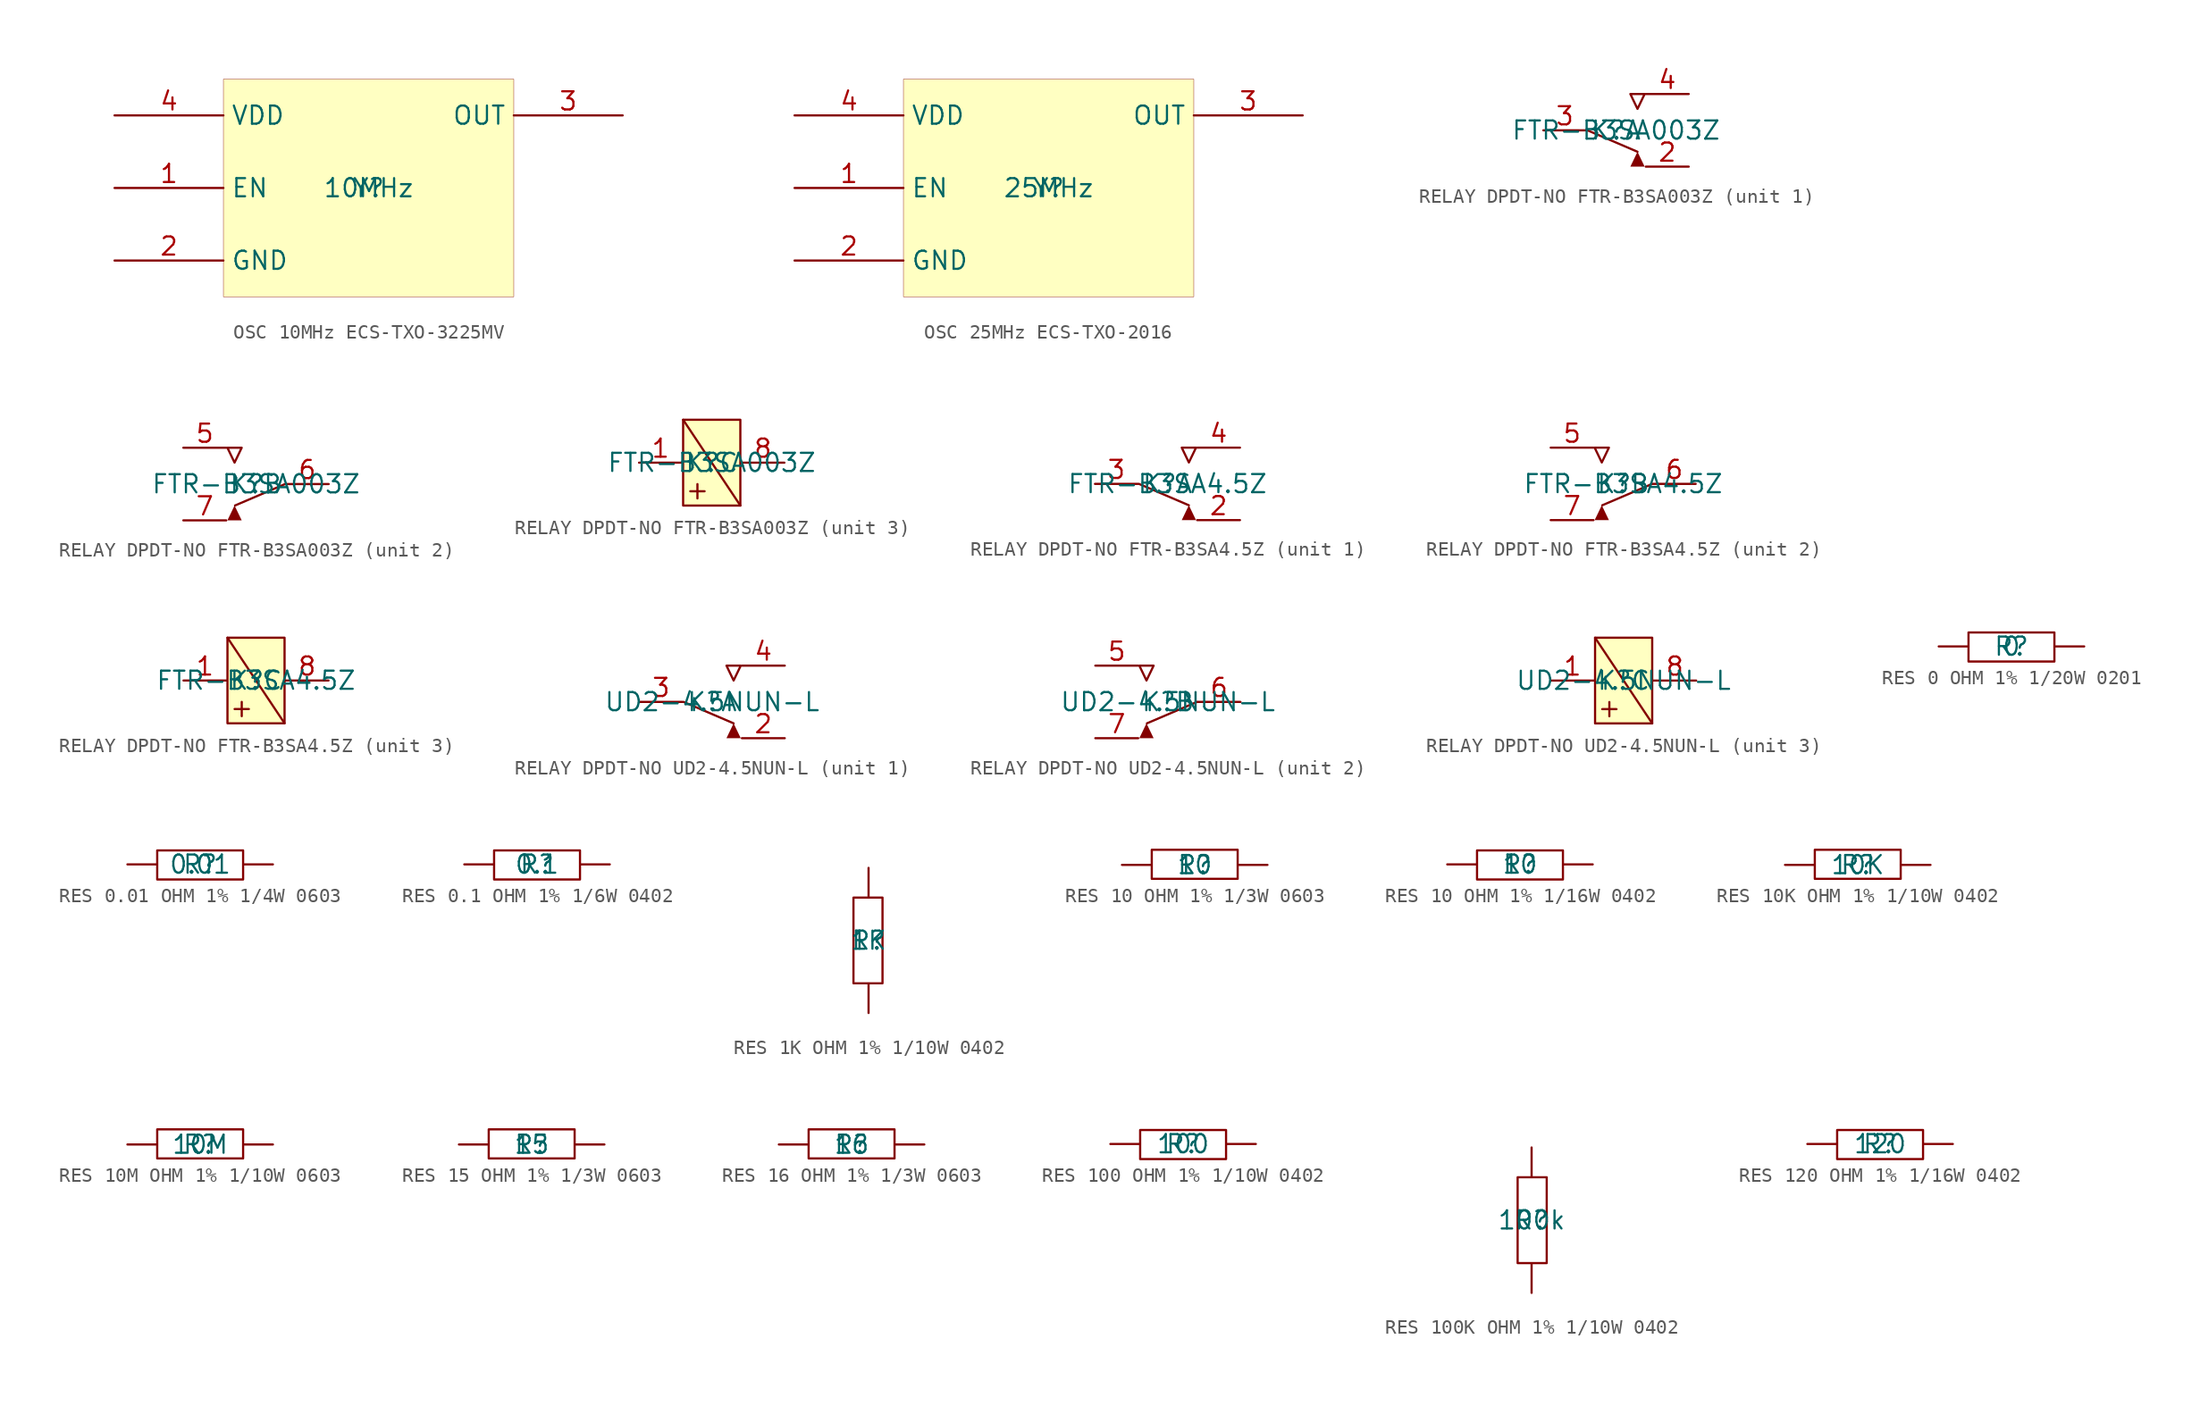
<source format=kicad_sym>
(kicad_symbol_lib
  (version 20241209)
  (generator "kicad_symbol_editor")
  (generator_version "9.0")
  (symbol "OSC 10MHz ECS-TXO-3225MV"
    (property "Reference" "Y"
      (at 0 0 0)
      (effects (font (size 1.27 1.27))))
    (property "Value" "10MHz"
      (at 0 0 0)
      (effects (font (size 1.27 1.27))))
    (symbol "OSC 10MHz ECS-TXO-3225MV_1_0"
      (rectangle (start 10.16 7.62) (end -10.16 -7.62) (stroke (width 0.025) (type solid) (color 128 0 0 1)) (fill (type background)))
      (pin power_in line (at -17.78 5.08 0) (length 7.62) (name "VDD" (effects (font (size 1.27 1.27)))) (number "4" (effects (font (size 1.27 1.27)))))
      (pin passive line (at -17.78 0 0) (length 7.62) (name "EN" (effects (font (size 1.27 1.27)))) (number "1" (effects (font (size 1.27 1.27)))))
      (pin power_in line (at -17.78 -5.08 0) (length 7.62) (name "GND" (effects (font (size 1.27 1.27)))) (number "2" (effects (font (size 1.27 1.27)))))
      (pin passive line (at 17.78 5.08 180) (length 7.62) (name "OUT" (effects (font (size 1.27 1.27)))) (number "3" (effects (font (size 1.27 1.27)))))))
  (symbol "OSC 25MHz ECS-TXO-2016"
    (property "Reference" "Y"
      (at 0 0 0)
      (effects (font (size 1.27 1.27))))
    (property "Value" "25MHz"
      (at 0 0 0)
      (effects (font (size 1.27 1.27))))
    (symbol "OSC 25MHz ECS-TXO-2016_1_0"
      (rectangle (start 10.16 7.62) (end -10.16 -7.62) (stroke (width 0.025) (type solid) (color 128 0 0 1)) (fill (type background)))
      (pin power_in line (at -17.78 5.08 0) (length 7.62) (name "VDD" (effects (font (size 1.27 1.27)))) (number "4" (effects (font (size 1.27 1.27)))))
      (pin passive line (at -17.78 0 0) (length 7.62) (name "EN" (effects (font (size 1.27 1.27)))) (number "1" (effects (font (size 1.27 1.27)))))
      (pin power_in line (at -17.78 -5.08 0) (length 7.62) (name "GND" (effects (font (size 1.27 1.27)))) (number "2" (effects (font (size 1.27 1.27)))))
      (pin passive line (at 17.78 5.08 180) (length 7.62) (name "OUT" (effects (font (size 1.27 1.27)))) (number "3" (effects (font (size 1.27 1.27)))))))
  (symbol "RELAY DPDT-NO FTR-B3SA003Z"
    (pin_names
      (hide yes))
    (property "Reference" "K"
      (at 0 0 0)
      (effects (font (size 1.27 1.27))))
    (property "Value" "FTR-B3SA003Z"
      (at 0 0 0)
      (effects (font (size 1.27 1.27))))
    (symbol "RELAY DPDT-NO FTR-B3SA003Z_1_0"
      (polyline (pts (xy -2 0) (xy 1.5 -1.5)) (stroke (width 0) (type solid)) (fill (type none)))
      (polyline (pts (xy 1 -2.54) (xy 2 -2.54) (xy 1.5 -1.5) (xy 1 -2.54)) (stroke (width -0.0001) (type solid)) (fill (type outline)))
      (polyline (pts (xy 1.5 1.5) (xy 1 2.54) (xy 2 2.54) (xy 1.5 1.5)) (stroke (width 0) (type solid)) (fill (type none)))
      (pin passive line (at -5.08 0 0) (length 3) (name "3" (effects (font (size 1.27 1.27)))) (number "3" (effects (font (size 1.27 1.27)))))
      (pin passive line (at 5.08 2.54 180) (length 3) (name "4" (effects (font (size 1.27 1.27)))) (number "4" (effects (font (size 1.27 1.27)))))
      (pin passive line (at 5.08 -2.54 180) (length 3) (name "2" (effects (font (size 1.27 1.27)))) (number "2" (effects (font (size 1.27 1.27))))))
    (symbol "RELAY DPDT-NO FTR-B3SA003Z_2_0"
      (polyline (pts (xy -1.5 -1.5) (xy -1 -2.54) (xy -2 -2.54) (xy -1.5 -1.5)) (stroke (width -0.0001) (type solid)) (fill (type outline)))
      (polyline (pts (xy -1.468 -1.5) (xy 2.032 0)) (stroke (width 0) (type solid)) (fill (type none)))
      (polyline (pts (xy -1 2.54) (xy -2 2.54) (xy -1.5 1.5) (xy -1 2.54)) (stroke (width 0) (type solid)) (fill (type none)))
      (pin passive line (at -5.08 2.54 0) (length 3) (name "5" (effects (font (size 1.27 1.27)))) (number "5" (effects (font (size 1.27 1.27)))))
      (pin passive line (at -5.08 -2.54 0) (length 3) (name "7" (effects (font (size 1.27 1.27)))) (number "7" (effects (font (size 1.27 1.27)))))
      (pin passive line (at 5.08 0 180) (length 3) (name "6" (effects (font (size 1.27 1.27)))) (number "6" (effects (font (size 1.27 1.27))))))
    (symbol "RELAY DPDT-NO FTR-B3SA003Z_3_0"
      (polyline (pts (xy -2 3) (xy 2 -3)) (stroke (width 0) (type solid)) (fill (type none)))
      (polyline (pts (xy -2 -3) (xy 2 -3) (xy 2 3) (xy -2 3) (xy -2 -3)) (stroke (width 0) (type solid)) (fill (type none)))
      (polyline (pts (xy -1.5 -2) (xy -0.5 -2)) (stroke (width 0) (type solid)) (fill (type none)))
      (polyline (pts (xy -1 -2.5) (xy -1 -1.5)) (stroke (width 0) (type solid)) (fill (type none)))
      (rectangle (start 2 3) (end -2 -3) (stroke (width 0.025) (type solid) (color 128 0 0 1)) (fill (type background)))
      (pin passive line (at -5.08 0 0) (length 3) (name "1" (effects (font (size 1.27 1.27)))) (number "1" (effects (font (size 1.27 1.27)))))
      (pin passive line (at 5.08 0 180) (length 3) (name "8" (effects (font (size 1.27 1.27)))) (number "8" (effects (font (size 1.27 1.27)))))))
  (symbol "RELAY DPDT-NO FTR-B3SA4.5Z"
    (pin_names
      (hide yes))
    (property "Reference" "K"
      (at 0 0 0)
      (effects (font (size 1.27 1.27))))
    (property "Value" "FTR-B3SA4.5Z"
      (at 0 0 0)
      (effects (font (size 1.27 1.27))))
    (symbol "RELAY DPDT-NO FTR-B3SA4.5Z_1_0"
      (polyline (pts (xy -2 0) (xy 1.5 -1.5)) (stroke (width 0) (type solid)) (fill (type none)))
      (polyline (pts (xy 1 -2.54) (xy 2 -2.54) (xy 1.5 -1.5) (xy 1 -2.54)) (stroke (width -0.0001) (type solid)) (fill (type outline)))
      (polyline (pts (xy 1.5 1.5) (xy 1 2.54) (xy 2 2.54) (xy 1.5 1.5)) (stroke (width 0) (type solid)) (fill (type none)))
      (pin passive line (at -5.08 0 0) (length 3) (name "3" (effects (font (size 1.27 1.27)))) (number "3" (effects (font (size 1.27 1.27)))))
      (pin passive line (at 5.08 2.54 180) (length 3) (name "4" (effects (font (size 1.27 1.27)))) (number "4" (effects (font (size 1.27 1.27)))))
      (pin passive line (at 5.08 -2.54 180) (length 3) (name "2" (effects (font (size 1.27 1.27)))) (number "2" (effects (font (size 1.27 1.27))))))
    (symbol "RELAY DPDT-NO FTR-B3SA4.5Z_2_0"
      (polyline (pts (xy -1.5 -1.5) (xy -1 -2.54) (xy -2 -2.54) (xy -1.5 -1.5)) (stroke (width -0.0001) (type solid)) (fill (type outline)))
      (polyline (pts (xy -1.468 -1.5) (xy 2.032 0)) (stroke (width 0) (type solid)) (fill (type none)))
      (polyline (pts (xy -1 2.54) (xy -2 2.54) (xy -1.5 1.5) (xy -1 2.54)) (stroke (width 0) (type solid)) (fill (type none)))
      (pin passive line (at -5.08 2.54 0) (length 3) (name "5" (effects (font (size 1.27 1.27)))) (number "5" (effects (font (size 1.27 1.27)))))
      (pin passive line (at -5.08 -2.54 0) (length 3) (name "7" (effects (font (size 1.27 1.27)))) (number "7" (effects (font (size 1.27 1.27)))))
      (pin passive line (at 5.08 0 180) (length 3) (name "6" (effects (font (size 1.27 1.27)))) (number "6" (effects (font (size 1.27 1.27))))))
    (symbol "RELAY DPDT-NO FTR-B3SA4.5Z_3_0"
      (polyline (pts (xy -2 3) (xy 2 -3)) (stroke (width 0) (type solid)) (fill (type none)))
      (polyline (pts (xy -2 -3) (xy 2 -3) (xy 2 3) (xy -2 3) (xy -2 -3)) (stroke (width 0) (type solid)) (fill (type none)))
      (polyline (pts (xy -1.5 -2) (xy -0.5 -2)) (stroke (width 0) (type solid)) (fill (type none)))
      (polyline (pts (xy -1 -2.5) (xy -1 -1.5)) (stroke (width 0) (type solid)) (fill (type none)))
      (rectangle (start 2 3) (end -2 -3) (stroke (width 0.025) (type solid) (color 128 0 0 1)) (fill (type background)))
      (pin passive line (at -5.08 0 0) (length 3) (name "1" (effects (font (size 1.27 1.27)))) (number "1" (effects (font (size 1.27 1.27)))))
      (pin passive line (at 5.08 0 180) (length 3) (name "8" (effects (font (size 1.27 1.27)))) (number "8" (effects (font (size 1.27 1.27)))))))
  (symbol "RELAY DPDT-NO UD2-4.5NUN-L"
    (pin_names
      (hide yes))
    (property "Reference" "K"
      (at 0 0 0)
      (effects (font (size 1.27 1.27))))
    (property "Value" "UD2-4.5NUN-L"
      (at 0 0 0)
      (effects (font (size 1.27 1.27))))
    (symbol "RELAY DPDT-NO UD2-4.5NUN-L_1_0"
      (polyline (pts (xy -2 0) (xy 1.5 -1.5)) (stroke (width 0) (type solid)) (fill (type none)))
      (polyline (pts (xy 1 -2.54) (xy 2 -2.54) (xy 1.5 -1.5) (xy 1 -2.54)) (stroke (width -0.0001) (type solid)) (fill (type outline)))
      (polyline (pts (xy 1.5 1.5) (xy 1 2.54) (xy 2 2.54) (xy 1.5 1.5)) (stroke (width 0) (type solid)) (fill (type none)))
      (pin passive line (at -5.08 0 0) (length 3) (name "3" (effects (font (size 1.27 1.27)))) (number "3" (effects (font (size 1.27 1.27)))))
      (pin passive line (at 5.08 2.54 180) (length 3) (name "4" (effects (font (size 1.27 1.27)))) (number "4" (effects (font (size 1.27 1.27)))))
      (pin passive line (at 5.08 -2.54 180) (length 3) (name "2" (effects (font (size 1.27 1.27)))) (number "2" (effects (font (size 1.27 1.27))))))
    (symbol "RELAY DPDT-NO UD2-4.5NUN-L_2_0"
      (polyline (pts (xy -1.5 -1.5) (xy -1 -2.54) (xy -2 -2.54) (xy -1.5 -1.5)) (stroke (width -0.0001) (type solid)) (fill (type outline)))
      (polyline (pts (xy -1.468 -1.5) (xy 2.032 0)) (stroke (width 0) (type solid)) (fill (type none)))
      (polyline (pts (xy -1 2.54) (xy -2 2.54) (xy -1.5 1.5) (xy -1 2.54)) (stroke (width 0) (type solid)) (fill (type none)))
      (pin passive line (at -5.08 2.54 0) (length 3) (name "5" (effects (font (size 1.27 1.27)))) (number "5" (effects (font (size 1.27 1.27)))))
      (pin passive line (at -5.08 -2.54 0) (length 3) (name "7" (effects (font (size 1.27 1.27)))) (number "7" (effects (font (size 1.27 1.27)))))
      (pin passive line (at 5.08 0 180) (length 3) (name "6" (effects (font (size 1.27 1.27)))) (number "6" (effects (font (size 1.27 1.27))))))
    (symbol "RELAY DPDT-NO UD2-4.5NUN-L_3_0"
      (polyline (pts (xy -2 3) (xy 2 -3)) (stroke (width 0) (type solid)) (fill (type none)))
      (polyline (pts (xy -2 -3) (xy 2 -3) (xy 2 3) (xy -2 3) (xy -2 -3)) (stroke (width 0) (type solid)) (fill (type none)))
      (polyline (pts (xy -1.5 -2) (xy -0.5 -2)) (stroke (width 0) (type solid)) (fill (type none)))
      (polyline (pts (xy -1 -2.5) (xy -1 -1.5)) (stroke (width 0) (type solid)) (fill (type none)))
      (rectangle (start 2 3) (end -2 -3) (stroke (width 0.025) (type solid) (color 128 0 0 1)) (fill (type background)))
      (pin passive line (at -5.08 0 0) (length 3) (name "1" (effects (font (size 1.27 1.27)))) (number "1" (effects (font (size 1.27 1.27)))))
      (pin passive line (at 5.08 0 180) (length 3) (name "8" (effects (font (size 1.27 1.27)))) (number "8" (effects (font (size 1.27 1.27)))))))
  (symbol "RES 0 OHM 1% 1/20W 0201"
    (pin_numbers
      (hide yes))
    (pin_names
      (hide yes))
    (property "Reference" "R"
      (at 0 0 0)
      (effects (font (size 1.27 1.27))))
    (property "Value" "0"
      (at 0 0 0)
      (effects (font (size 1.27 1.27))))
    (symbol "RES 0 OHM 1% 1/20W 0201_1_0"
      (rectangle (start 3 0.976) (end -3 -1.056) (stroke (width 0) (type solid)) (fill (type none)))
      (pin passive line (at -5.08 0 0) (length 2) (name "1" (effects (font (size 1.27 1.27)))) (number "1" (effects (font (size 1.27 1.27)))))
      (pin passive line (at 5.08 0 180) (length 2) (name "2" (effects (font (size 1.27 1.27)))) (number "2" (effects (font (size 1.27 1.27)))))))
  (symbol "RES 0.01 OHM 1% 1/4W 0603"
    (pin_numbers
      (hide yes))
    (pin_names
      (hide yes))
    (property "Reference" "R"
      (at 0 0 0)
      (effects (font (size 1.27 1.27))))
    (property "Value" "0.01"
      (at 0 0 0)
      (effects (font (size 1.27 1.27))))
    (symbol "RES 0.01 OHM 1% 1/4W 0603_1_0"
      (rectangle (start 3 0.976) (end -3 -1.056) (stroke (width 0) (type solid)) (fill (type none)))
      (pin passive line (at -5.08 0 0) (length 2) (name "1" (effects (font (size 1.27 1.27)))) (number "1" (effects (font (size 1.27 1.27)))))
      (pin passive line (at 5.08 0 180) (length 2) (name "2" (effects (font (size 1.27 1.27)))) (number "2" (effects (font (size 1.27 1.27)))))))
  (symbol "RES 0.1 OHM 1% 1/6W 0402"
    (pin_numbers
      (hide yes))
    (pin_names
      (hide yes))
    (property "Reference" "R"
      (at 0 0 0)
      (effects (font (size 1.27 1.27))))
    (property "Value" "0.1"
      (at 0 0 0)
      (effects (font (size 1.27 1.27))))
    (symbol "RES 0.1 OHM 1% 1/6W 0402_1_0"
      (rectangle (start 3 0.976) (end -3 -1.056) (stroke (width 0) (type solid)) (fill (type none)))
      (pin passive line (at -5.08 0 0) (length 2) (name "1" (effects (font (size 1.27 1.27)))) (number "1" (effects (font (size 1.27 1.27)))))
      (pin passive line (at 5.08 0 180) (length 2) (name "2" (effects (font (size 1.27 1.27)))) (number "2" (effects (font (size 1.27 1.27)))))))
  (symbol "RES 1K OHM 1% 1/10W 0402"
    (pin_numbers
      (hide yes))
    (pin_names
      (hide yes))
    (property "Reference" "R"
      (at 0 0 0)
      (effects (font (size 1.27 1.27))))
    (property "Value" "1K"
      (at 0 0 0)
      (effects (font (size 1.27 1.27))))
    (symbol "RES 1K OHM 1% 1/10W 0402_1_0"
      (rectangle (start 0.976 3) (end -1.056 -3) (stroke (width 0) (type solid)) (fill (type none)))
      (pin passive line (at 0 5.08 270) (length 2) (name "1" (effects (font (size 1.27 1.27)))) (number "1" (effects (font (size 1.27 1.27)))))
      (pin passive line (at 0 -5.08 90) (length 2) (name "2" (effects (font (size 1.27 1.27)))) (number "2" (effects (font (size 1.27 1.27)))))))
  (symbol "RES 10 OHM 1% 1/3W 0603"
    (pin_numbers
      (hide yes))
    (pin_names
      (hide yes))
    (property "Reference" "R"
      (at 0 0 0)
      (effects (font (size 1.27 1.27))))
    (property "Value" "10"
      (at 0 0 0)
      (effects (font (size 1.27 1.27))))
    (symbol "RES 10 OHM 1% 1/3W 0603_1_0"
      (rectangle (start 3 1.056) (end -3 -0.976) (stroke (width 0) (type solid)) (fill (type none)))
      (pin passive line (at -5.08 0 0) (length 2) (name "2" (effects (font (size 1.27 1.27)))) (number "2" (effects (font (size 1.27 1.27)))))
      (pin passive line (at 5.08 0 180) (length 2) (name "1" (effects (font (size 1.27 1.27)))) (number "1" (effects (font (size 1.27 1.27)))))))
  (symbol "RES 10 OHM 1% 1/16W 0402"
    (pin_numbers
      (hide yes))
    (pin_names
      (hide yes))
    (property "Reference" "R"
      (at 0 0 0)
      (effects (font (size 1.27 1.27))))
    (property "Value" "10"
      (at 0 0 0)
      (effects (font (size 1.27 1.27))))
    (symbol "RES 10 OHM 1% 1/16W 0402_1_0"
      (rectangle (start 3 0.976) (end -3 -1.056) (stroke (width 0) (type solid)) (fill (type none)))
      (pin passive line (at -5.08 0 0) (length 2) (name "1" (effects (font (size 1.27 1.27)))) (number "1" (effects (font (size 1.27 1.27)))))
      (pin passive line (at 5.08 0 180) (length 2) (name "2" (effects (font (size 1.27 1.27)))) (number "2" (effects (font (size 1.27 1.27)))))))
  (symbol "RES 10K OHM 1% 1/10W 0402"
    (pin_numbers
      (hide yes))
    (pin_names
      (hide yes))
    (property "Reference" "R"
      (at 0 0 0)
      (effects (font (size 1.27 1.27))))
    (property "Value" "10K"
      (at 0 0 0)
      (effects (font (size 1.27 1.27))))
    (symbol "RES 10K OHM 1% 1/10W 0402_1_0"
      (rectangle (start 3 1.056) (end -3 -0.976) (stroke (width 0) (type solid)) (fill (type none)))
      (pin passive line (at -5.08 0 0) (length 2) (name "2" (effects (font (size 1.27 1.27)))) (number "2" (effects (font (size 1.27 1.27)))))
      (pin passive line (at 5.08 0 180) (length 2) (name "1" (effects (font (size 1.27 1.27)))) (number "1" (effects (font (size 1.27 1.27)))))))
  (symbol "RES 10M OHM 1% 1/10W 0603"
    (pin_numbers
      (hide yes))
    (pin_names
      (hide yes))
    (property "Reference" "R"
      (at 0 0 0)
      (effects (font (size 1.27 1.27))))
    (property "Value" "10M"
      (at 0 0 0)
      (effects (font (size 1.27 1.27))))
    (symbol "RES 10M OHM 1% 1/10W 0603_1_0"
      (rectangle (start 3 1.056) (end -3 -0.976) (stroke (width 0) (type solid)) (fill (type none)))
      (pin passive line (at -5.08 0 0) (length 2) (name "2" (effects (font (size 1.27 1.27)))) (number "2" (effects (font (size 1.27 1.27)))))
      (pin passive line (at 5.08 0 180) (length 2) (name "1" (effects (font (size 1.27 1.27)))) (number "1" (effects (font (size 1.27 1.27)))))))
  (symbol "RES 15 OHM 1% 1/3W 0603"
    (pin_numbers
      (hide yes))
    (pin_names
      (hide yes))
    (property "Reference" "R"
      (at 0 0 0)
      (effects (font (size 1.27 1.27))))
    (property "Value" "15"
      (at 0 0 0)
      (effects (font (size 1.27 1.27))))
    (symbol "RES 15 OHM 1% 1/3W 0603_1_0"
      (rectangle (start 3 1.056) (end -3 -0.976) (stroke (width 0) (type solid)) (fill (type none)))
      (pin passive line (at -5.08 0 0) (length 2) (name "2" (effects (font (size 1.27 1.27)))) (number "2" (effects (font (size 1.27 1.27)))))
      (pin passive line (at 5.08 0 180) (length 2) (name "1" (effects (font (size 1.27 1.27)))) (number "1" (effects (font (size 1.27 1.27)))))))
  (symbol "RES 16 OHM 1% 1/3W 0603"
    (pin_numbers
      (hide yes))
    (pin_names
      (hide yes))
    (property "Reference" "R"
      (at 0 0 0)
      (effects (font (size 1.27 1.27))))
    (property "Value" "16"
      (at 0 0 0)
      (effects (font (size 1.27 1.27))))
    (symbol "RES 16 OHM 1% 1/3W 0603_1_0"
      (rectangle (start 3 1.056) (end -3 -0.976) (stroke (width 0) (type solid)) (fill (type none)))
      (pin passive line (at -5.08 0 0) (length 2) (name "2" (effects (font (size 1.27 1.27)))) (number "2" (effects (font (size 1.27 1.27)))))
      (pin passive line (at 5.08 0 180) (length 2) (name "1" (effects (font (size 1.27 1.27)))) (number "1" (effects (font (size 1.27 1.27)))))))
  (symbol "RES 100 OHM 1% 1/10W 0402"
    (pin_numbers
      (hide yes))
    (pin_names
      (hide yes))
    (property "Reference" "R"
      (at 0 0 0)
      (effects (font (size 1.27 1.27))))
    (property "Value" "100"
      (at 0 0 0)
      (effects (font (size 1.27 1.27))))
    (symbol "RES 100 OHM 1% 1/10W 0402_1_0"
      (rectangle (start 3 0.976) (end -3 -1.056) (stroke (width 0) (type solid)) (fill (type none)))
      (pin passive line (at -5.08 0 0) (length 2) (name "1" (effects (font (size 1.27 1.27)))) (number "1" (effects (font (size 1.27 1.27)))))
      (pin passive line (at 5.08 0 180) (length 2) (name "2" (effects (font (size 1.27 1.27)))) (number "2" (effects (font (size 1.27 1.27)))))))
  (symbol "RES 100K OHM 1% 1/10W 0402"
    (pin_numbers
      (hide yes))
    (pin_names
      (hide yes))
    (property "Reference" "R"
      (at 0 0 0)
      (effects (font (size 1.27 1.27))))
    (property "Value" "100k"
      (at 0 0 0)
      (effects (font (size 1.27 1.27))))
    (symbol "RES 100K OHM 1% 1/10W 0402_1_0"
      (rectangle (start 1.056 3) (end -0.976 -3) (stroke (width 0) (type solid)) (fill (type none)))
      (pin passive line (at 0 5.08 270) (length 2) (name "2" (effects (font (size 1.27 1.27)))) (number "2" (effects (font (size 1.27 1.27)))))
      (pin passive line (at 0 -5.08 90) (length 2) (name "1" (effects (font (size 1.27 1.27)))) (number "1" (effects (font (size 1.27 1.27)))))))
  (symbol "RES 120 OHM 1% 1/16W 0402"
    (pin_numbers
      (hide yes))
    (pin_names
      (hide yes))
    (property "Reference" "R"
      (at 0 0 0)
      (effects (font (size 1.27 1.27))))
    (property "Value" "120"
      (at 0 0 0)
      (effects (font (size 1.27 1.27))))
    (symbol "RES 120 OHM 1% 1/16W 0402_1_0"
      (rectangle (start 3 0.976) (end -3 -1.056) (stroke (width 0) (type solid)) (fill (type none)))
      (pin passive line (at -5.08 0 0) (length 2) (name "1" (effects (font (size 1.27 1.27)))) (number "1" (effects (font (size 1.27 1.27)))))
      (pin passive line (at 5.08 0 180) (length 2) (name "2" (effects (font (size 1.27 1.27)))) (number "2" (effects (font (size 1.27 1.27))))))))
</source>
